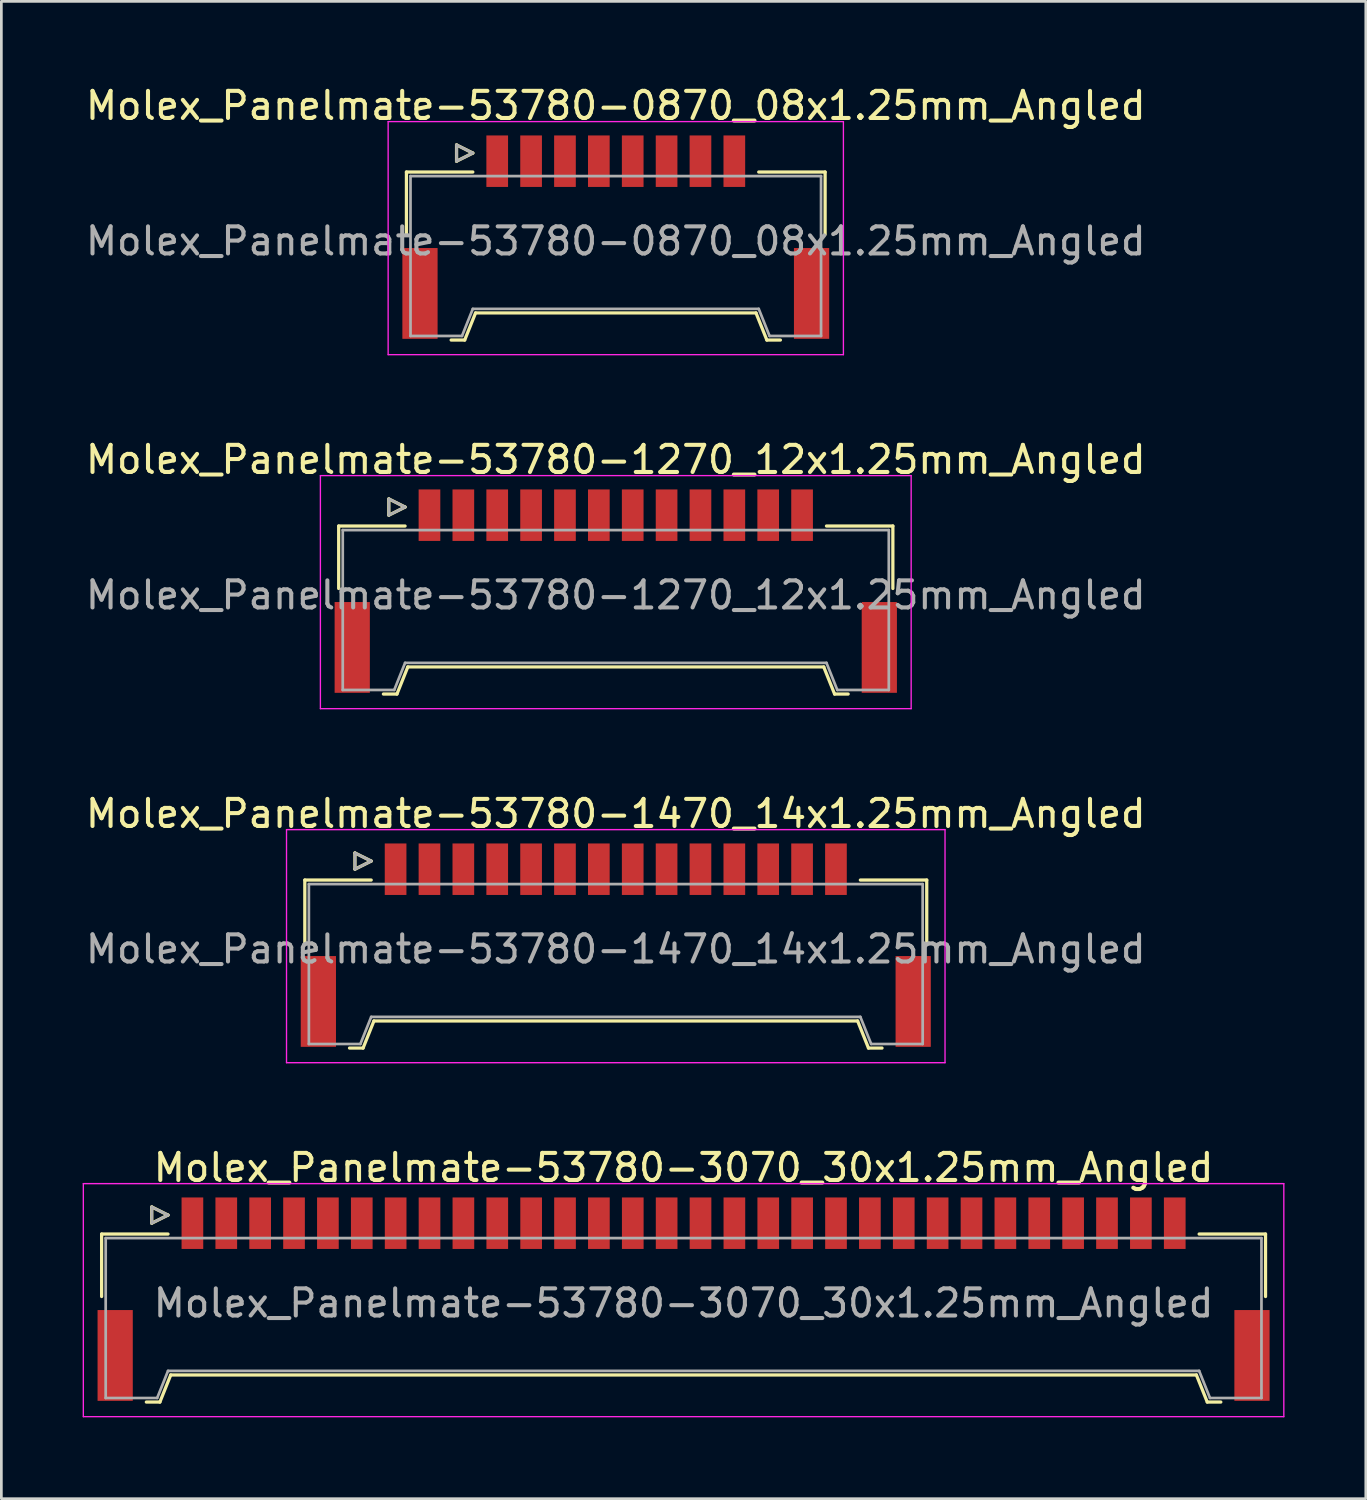
<source format=kicad_pcb>
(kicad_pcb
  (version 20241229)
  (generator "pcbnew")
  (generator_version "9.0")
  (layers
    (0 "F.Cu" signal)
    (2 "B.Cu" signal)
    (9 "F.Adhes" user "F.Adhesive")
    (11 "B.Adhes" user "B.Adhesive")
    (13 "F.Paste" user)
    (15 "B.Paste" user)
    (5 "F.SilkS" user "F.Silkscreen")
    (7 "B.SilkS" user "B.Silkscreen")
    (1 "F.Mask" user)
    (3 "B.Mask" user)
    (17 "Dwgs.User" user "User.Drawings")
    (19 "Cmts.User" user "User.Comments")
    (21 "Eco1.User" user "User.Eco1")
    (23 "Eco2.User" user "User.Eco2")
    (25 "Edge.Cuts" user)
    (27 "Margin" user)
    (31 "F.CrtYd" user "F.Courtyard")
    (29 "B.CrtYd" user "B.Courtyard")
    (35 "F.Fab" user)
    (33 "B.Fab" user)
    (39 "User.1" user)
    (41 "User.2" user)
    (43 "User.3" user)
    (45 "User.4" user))
  (footprint "Molex_Panelmate-53780-3070_30x1.25mm_Angled"
    (layer "F.Cu")
    (at 22.175 44.528)
    (property "Reference" "Molex_Panelmate-53780-3070_30x1.25mm_Angled" (at 0 -4.49 0) (layer "F.SilkS") (effects (font (size 1 1) (thickness 0.15))))
    (attr smd)
    (fp_line (start -21.475 -2.04) (end -21.475 0.265) (stroke (width 0.12) (type solid)) (layer "F.SilkS"))
    (fp_line (start -19.825 4.16) (end -19.325 4.16) (stroke (width 0.12) (type solid)) (layer "F.SilkS"))
    (fp_line (start -19.625 -3.04) (end -19.625 -2.44) (stroke (width 0.12) (type solid)) (layer "F.SilkS"))
    (fp_line (start -19.625 -2.44) (end -19.025 -2.74) (stroke (width 0.12) (type solid)) (layer "F.SilkS"))
    (fp_line (start -19.325 4.16) (end -18.925 3.16) (stroke (width 0.12) (type solid)) (layer "F.SilkS"))
    (fp_line (start -19.025 -2.74) (end -19.625 -3.04) (stroke (width 0.12) (type solid)) (layer "F.SilkS"))
    (fp_line (start -19.025 -2.04) (end -21.475 -2.04) (stroke (width 0.12) (type solid)) (layer "F.SilkS"))
    (fp_line (start -18.925 3.16) (end 18.925 3.16) (stroke (width 0.12) (type solid)) (layer "F.SilkS"))
    (fp_line (start 18.925 3.16) (end 19.325 4.16) (stroke (width 0.12) (type solid)) (layer "F.SilkS"))
    (fp_line (start 19.025 -2.04) (end 21.475 -2.04) (stroke (width 0.12) (type solid)) (layer "F.SilkS"))
    (fp_line (start 19.325 4.16) (end 19.825 4.16) (stroke (width 0.12) (type solid)) (layer "F.SilkS"))
    (fp_line (start 21.475 -2.04) (end 21.475 0.265) (stroke (width 0.12) (type solid)) (layer "F.SilkS"))
    (fp_line (start -22.15 -3.9) (end -22.15 4.7) (stroke (width 0.05) (type solid)) (layer "F.CrtYd"))
    (fp_line (start -22.15 4.7) (end 22.15 4.7) (stroke (width 0.05) (type solid)) (layer "F.CrtYd"))
    (fp_line (start 22.15 -3.9) (end -22.15 -3.9) (stroke (width 0.05) (type solid)) (layer "F.CrtYd"))
    (fp_line (start 22.15 4.7) (end 22.15 -3.9) (stroke (width 0.05) (type solid)) (layer "F.CrtYd"))
    (fp_line (start -21.325 -1.89) (end -21.325 4.01) (stroke (width 0.1) (type solid)) (layer "F.Fab"))
    (fp_line (start -21.325 4.01) (end -19.425 4.01) (stroke (width 0.1) (type solid)) (layer "F.Fab"))
    (fp_line (start -19.625 -3.04) (end -19.625 -2.44) (stroke (width 0.1) (type solid)) (layer "F.Fab"))
    (fp_line (start -19.625 -2.44) (end -19.025 -2.74) (stroke (width 0.1) (type solid)) (layer "F.Fab"))
    (fp_line (start -19.425 4.01) (end -19.025 3.01) (stroke (width 0.1) (type solid)) (layer "F.Fab"))
    (fp_line (start -19.025 -2.74) (end -19.625 -3.04) (stroke (width 0.1) (type solid)) (layer "F.Fab"))
    (fp_line (start -19.025 3.01) (end 19.025 3.01) (stroke (width 0.1) (type solid)) (layer "F.Fab"))
    (fp_line (start 19.025 3.01) (end 19.425 4.01) (stroke (width 0.1) (type solid)) (layer "F.Fab"))
    (fp_line (start 19.425 4.01) (end 21.325 4.01) (stroke (width 0.1) (type solid)) (layer "F.Fab"))
    (fp_line (start 21.325 -1.89) (end -21.325 -1.89) (stroke (width 0.1) (type solid)) (layer "F.Fab"))
    (fp_line (start 21.325 4.01) (end 21.325 -1.89) (stroke (width 0.1) (type solid)) (layer "F.Fab"))
    (fp_text user "${REFERENCE}" (at 0 0.51 0) (layer "F.Fab") (effects (font (size 1 1) (thickness 0.15))))
    (pad "" smd rect (at -20.975 2.44) (size 1.3 3.35) (layers "F.Cu" "F.Mask" "F.Paste"))
    (pad "" smd rect (at 20.975 2.44) (size 1.3 3.35) (layers "F.Cu" "F.Mask" "F.Paste"))
    (pad "1" smd rect (at -18.125 -2.44) (size 0.8 1.9) (layers "F.Cu" "F.Mask" "F.Paste"))
    (pad "2" smd rect (at -16.875 -2.44) (size 0.8 1.9) (layers "F.Cu" "F.Mask" "F.Paste"))
    (pad "3" smd rect (at -15.625 -2.44) (size 0.8 1.9) (layers "F.Cu" "F.Mask" "F.Paste"))
    (pad "4" smd rect (at -14.375 -2.44) (size 0.8 1.9) (layers "F.Cu" "F.Mask" "F.Paste"))
    (pad "5" smd rect (at -13.125 -2.44) (size 0.8 1.9) (layers "F.Cu" "F.Mask" "F.Paste"))
    (pad "6" smd rect (at -11.875 -2.44) (size 0.8 1.9) (layers "F.Cu" "F.Mask" "F.Paste"))
    (pad "7" smd rect (at -10.625 -2.44) (size 0.8 1.9) (layers "F.Cu" "F.Mask" "F.Paste"))
    (pad "8" smd rect (at -9.375 -2.44) (size 0.8 1.9) (layers "F.Cu" "F.Mask" "F.Paste"))
    (pad "9" smd rect (at -8.125 -2.44) (size 0.8 1.9) (layers "F.Cu" "F.Mask" "F.Paste"))
    (pad "10" smd rect (at -6.875 -2.44) (size 0.8 1.9) (layers "F.Cu" "F.Mask" "F.Paste"))
    (pad "11" smd rect (at -5.625 -2.44) (size 0.8 1.9) (layers "F.Cu" "F.Mask" "F.Paste"))
    (pad "12" smd rect (at -4.375 -2.44) (size 0.8 1.9) (layers "F.Cu" "F.Mask" "F.Paste"))
    (pad "13" smd rect (at -3.125 -2.44) (size 0.8 1.9) (layers "F.Cu" "F.Mask" "F.Paste"))
    (pad "14" smd rect (at -1.875 -2.44) (size 0.8 1.9) (layers "F.Cu" "F.Mask" "F.Paste"))
    (pad "15" smd rect (at -0.625 -2.44) (size 0.8 1.9) (layers "F.Cu" "F.Mask" "F.Paste"))
    (pad "16" smd rect (at 0.625 -2.44) (size 0.8 1.9) (layers "F.Cu" "F.Mask" "F.Paste"))
    (pad "17" smd rect (at 1.875 -2.44) (size 0.8 1.9) (layers "F.Cu" "F.Mask" "F.Paste"))
    (pad "18" smd rect (at 3.125 -2.44) (size 0.8 1.9) (layers "F.Cu" "F.Mask" "F.Paste"))
    (pad "19" smd rect (at 4.375 -2.44) (size 0.8 1.9) (layers "F.Cu" "F.Mask" "F.Paste"))
    (pad "20" smd rect (at 5.625 -2.44) (size 0.8 1.9) (layers "F.Cu" "F.Mask" "F.Paste"))
    (pad "21" smd rect (at 6.875 -2.44) (size 0.8 1.9) (layers "F.Cu" "F.Mask" "F.Paste"))
    (pad "22" smd rect (at 8.125 -2.44) (size 0.8 1.9) (layers "F.Cu" "F.Mask" "F.Paste"))
    (pad "23" smd rect (at 9.375 -2.44) (size 0.8 1.9) (layers "F.Cu" "F.Mask" "F.Paste"))
    (pad "24" smd rect (at 10.625 -2.44) (size 0.8 1.9) (layers "F.Cu" "F.Mask" "F.Paste"))
    (pad "25" smd rect (at 11.875 -2.44) (size 0.8 1.9) (layers "F.Cu" "F.Mask" "F.Paste"))
    (pad "26" smd rect (at 13.125 -2.44) (size 0.8 1.9) (layers "F.Cu" "F.Mask" "F.Paste"))
    (pad "27" smd rect (at 14.375 -2.44) (size 0.8 1.9) (layers "F.Cu" "F.Mask" "F.Paste"))
    (pad "28" smd rect (at 15.625 -2.44) (size 0.8 1.9) (layers "F.Cu" "F.Mask" "F.Paste"))
    (pad "29" smd rect (at 16.875 -2.44) (size 0.8 1.9) (layers "F.Cu" "F.Mask" "F.Paste"))
    (pad "30" smd rect (at 18.125 -2.44) (size 0.8 1.9) (layers "F.Cu" "F.Mask" "F.Paste")))
  (footprint "Molex_Panelmate-53780-1270_12x1.25mm_Angled"
    (layer "F.Cu")
    (at 19.673 18.401)
    (property "Reference" "Molex_Panelmate-53780-1270_12x1.25mm_Angled" (at 0 -4.49 0) (layer "F.SilkS") (effects (font (size 1 1) (thickness 0.15))))
    (attr smd)
    (fp_line (start -10.225 -2.04) (end -10.225 0.265) (stroke (width 0.12) (type solid)) (layer "F.SilkS"))
    (fp_line (start -8.575 4.16) (end -8.075 4.16) (stroke (width 0.12) (type solid)) (layer "F.SilkS"))
    (fp_line (start -8.375 -3.04) (end -8.375 -2.44) (stroke (width 0.12) (type solid)) (layer "F.SilkS"))
    (fp_line (start -8.375 -2.44) (end -7.775 -2.74) (stroke (width 0.12) (type solid)) (layer "F.SilkS"))
    (fp_line (start -8.075 4.16) (end -7.675 3.16) (stroke (width 0.12) (type solid)) (layer "F.SilkS"))
    (fp_line (start -7.775 -2.74) (end -8.375 -3.04) (stroke (width 0.12) (type solid)) (layer "F.SilkS"))
    (fp_line (start -7.775 -2.04) (end -10.225 -2.04) (stroke (width 0.12) (type solid)) (layer "F.SilkS"))
    (fp_line (start -7.675 3.16) (end 7.675 3.16) (stroke (width 0.12) (type solid)) (layer "F.SilkS"))
    (fp_line (start 7.675 3.16) (end 8.075 4.16) (stroke (width 0.12) (type solid)) (layer "F.SilkS"))
    (fp_line (start 7.775 -2.04) (end 10.225 -2.04) (stroke (width 0.12) (type solid)) (layer "F.SilkS"))
    (fp_line (start 8.075 4.16) (end 8.575 4.16) (stroke (width 0.12) (type solid)) (layer "F.SilkS"))
    (fp_line (start 10.225 -2.04) (end 10.225 0.265) (stroke (width 0.12) (type solid)) (layer "F.SilkS"))
    (fp_line (start -10.9 -3.9) (end -10.9 4.7) (stroke (width 0.05) (type solid)) (layer "F.CrtYd"))
    (fp_line (start -10.9 4.7) (end 10.9 4.7) (stroke (width 0.05) (type solid)) (layer "F.CrtYd"))
    (fp_line (start 10.9 -3.9) (end -10.9 -3.9) (stroke (width 0.05) (type solid)) (layer "F.CrtYd"))
    (fp_line (start 10.9 4.7) (end 10.9 -3.9) (stroke (width 0.05) (type solid)) (layer "F.CrtYd"))
    (fp_line (start -10.075 -1.89) (end -10.075 4.01) (stroke (width 0.1) (type solid)) (layer "F.Fab"))
    (fp_line (start -10.075 4.01) (end -8.175 4.01) (stroke (width 0.1) (type solid)) (layer "F.Fab"))
    (fp_line (start -8.375 -3.04) (end -8.375 -2.44) (stroke (width 0.1) (type solid)) (layer "F.Fab"))
    (fp_line (start -8.375 -2.44) (end -7.775 -2.74) (stroke (width 0.1) (type solid)) (layer "F.Fab"))
    (fp_line (start -8.175 4.01) (end -7.775 3.01) (stroke (width 0.1) (type solid)) (layer "F.Fab"))
    (fp_line (start -7.775 -2.74) (end -8.375 -3.04) (stroke (width 0.1) (type solid)) (layer "F.Fab"))
    (fp_line (start -7.775 3.01) (end 7.775 3.01) (stroke (width 0.1) (type solid)) (layer "F.Fab"))
    (fp_line (start 7.775 3.01) (end 8.175 4.01) (stroke (width 0.1) (type solid)) (layer "F.Fab"))
    (fp_line (start 8.175 4.01) (end 10.075 4.01) (stroke (width 0.1) (type solid)) (layer "F.Fab"))
    (fp_line (start 10.075 -1.89) (end -10.075 -1.89) (stroke (width 0.1) (type solid)) (layer "F.Fab"))
    (fp_line (start 10.075 4.01) (end 10.075 -1.89) (stroke (width 0.1) (type solid)) (layer "F.Fab"))
    (fp_text user "${REFERENCE}" (at 0 0.51 0) (layer "F.Fab") (effects (font (size 1 1) (thickness 0.15))))
    (pad "" smd rect (at -9.725 2.44) (size 1.3 3.35) (layers "F.Cu" "F.Mask" "F.Paste"))
    (pad "" smd rect (at 9.725 2.44) (size 1.3 3.35) (layers "F.Cu" "F.Mask" "F.Paste"))
    (pad "1" smd rect (at -6.875 -2.44) (size 0.8 1.9) (layers "F.Cu" "F.Mask" "F.Paste"))
    (pad "2" smd rect (at -5.625 -2.44) (size 0.8 1.9) (layers "F.Cu" "F.Mask" "F.Paste"))
    (pad "3" smd rect (at -4.375 -2.44) (size 0.8 1.9) (layers "F.Cu" "F.Mask" "F.Paste"))
    (pad "4" smd rect (at -3.125 -2.44) (size 0.8 1.9) (layers "F.Cu" "F.Mask" "F.Paste"))
    (pad "5" smd rect (at -1.875 -2.44) (size 0.8 1.9) (layers "F.Cu" "F.Mask" "F.Paste"))
    (pad "6" smd rect (at -0.625 -2.44) (size 0.8 1.9) (layers "F.Cu" "F.Mask" "F.Paste"))
    (pad "7" smd rect (at 0.625 -2.44) (size 0.8 1.9) (layers "F.Cu" "F.Mask" "F.Paste"))
    (pad "8" smd rect (at 1.875 -2.44) (size 0.8 1.9) (layers "F.Cu" "F.Mask" "F.Paste"))
    (pad "9" smd rect (at 3.125 -2.44) (size 0.8 1.9) (layers "F.Cu" "F.Mask" "F.Paste"))
    (pad "10" smd rect (at 4.375 -2.44) (size 0.8 1.9) (layers "F.Cu" "F.Mask" "F.Paste"))
    (pad "11" smd rect (at 5.625 -2.44) (size 0.8 1.9) (layers "F.Cu" "F.Mask" "F.Paste"))
    (pad "12" smd rect (at 6.875 -2.44) (size 0.8 1.9) (layers "F.Cu" "F.Mask" "F.Paste")))
  (footprint "Molex_Panelmate-53780-0870_08x1.25mm_Angled"
    (layer "F.Cu")
    (at 19.673 5.338)
    (property "Reference" "Molex_Panelmate-53780-0870_08x1.25mm_Angled" (at 0 -4.49 0) (layer "F.SilkS") (effects (font (size 1 1) (thickness 0.15))))
    (attr smd)
    (fp_line (start -7.725 -2.04) (end -7.725 0.265) (stroke (width 0.12) (type solid)) (layer "F.SilkS"))
    (fp_line (start -6.075 4.16) (end -5.575 4.16) (stroke (width 0.12) (type solid)) (layer "F.SilkS"))
    (fp_line (start -5.875 -3.04) (end -5.875 -2.44) (stroke (width 0.12) (type solid)) (layer "F.SilkS"))
    (fp_line (start -5.875 -2.44) (end -5.275 -2.74) (stroke (width 0.12) (type solid)) (layer "F.SilkS"))
    (fp_line (start -5.575 4.16) (end -5.175 3.16) (stroke (width 0.12) (type solid)) (layer "F.SilkS"))
    (fp_line (start -5.275 -2.74) (end -5.875 -3.04) (stroke (width 0.12) (type solid)) (layer "F.SilkS"))
    (fp_line (start -5.275 -2.04) (end -7.725 -2.04) (stroke (width 0.12) (type solid)) (layer "F.SilkS"))
    (fp_line (start -5.175 3.16) (end 5.175 3.16) (stroke (width 0.12) (type solid)) (layer "F.SilkS"))
    (fp_line (start 5.175 3.16) (end 5.575 4.16) (stroke (width 0.12) (type solid)) (layer "F.SilkS"))
    (fp_line (start 5.275 -2.04) (end 7.725 -2.04) (stroke (width 0.12) (type solid)) (layer "F.SilkS"))
    (fp_line (start 5.575 4.16) (end 6.075 4.16) (stroke (width 0.12) (type solid)) (layer "F.SilkS"))
    (fp_line (start 7.725 -2.04) (end 7.725 0.265) (stroke (width 0.12) (type solid)) (layer "F.SilkS"))
    (fp_line (start -8.4 -3.9) (end -8.4 4.7) (stroke (width 0.05) (type solid)) (layer "F.CrtYd"))
    (fp_line (start -8.4 4.7) (end 8.4 4.7) (stroke (width 0.05) (type solid)) (layer "F.CrtYd"))
    (fp_line (start 8.4 -3.9) (end -8.4 -3.9) (stroke (width 0.05) (type solid)) (layer "F.CrtYd"))
    (fp_line (start 8.4 4.7) (end 8.4 -3.9) (stroke (width 0.05) (type solid)) (layer "F.CrtYd"))
    (fp_line (start -7.575 -1.89) (end -7.575 4.01) (stroke (width 0.1) (type solid)) (layer "F.Fab"))
    (fp_line (start -7.575 4.01) (end -5.675 4.01) (stroke (width 0.1) (type solid)) (layer "F.Fab"))
    (fp_line (start -5.875 -3.04) (end -5.875 -2.44) (stroke (width 0.1) (type solid)) (layer "F.Fab"))
    (fp_line (start -5.875 -2.44) (end -5.275 -2.74) (stroke (width 0.1) (type solid)) (layer "F.Fab"))
    (fp_line (start -5.675 4.01) (end -5.275 3.01) (stroke (width 0.1) (type solid)) (layer "F.Fab"))
    (fp_line (start -5.275 -2.74) (end -5.875 -3.04) (stroke (width 0.1) (type solid)) (layer "F.Fab"))
    (fp_line (start -5.275 3.01) (end 5.275 3.01) (stroke (width 0.1) (type solid)) (layer "F.Fab"))
    (fp_line (start 5.275 3.01) (end 5.675 4.01) (stroke (width 0.1) (type solid)) (layer "F.Fab"))
    (fp_line (start 5.675 4.01) (end 7.575 4.01) (stroke (width 0.1) (type solid)) (layer "F.Fab"))
    (fp_line (start 7.575 -1.89) (end -7.575 -1.89) (stroke (width 0.1) (type solid)) (layer "F.Fab"))
    (fp_line (start 7.575 4.01) (end 7.575 -1.89) (stroke (width 0.1) (type solid)) (layer "F.Fab"))
    (fp_text user "${REFERENCE}" (at 0 0.51 0) (layer "F.Fab") (effects (font (size 1 1) (thickness 0.15))))
    (pad "" smd rect (at -7.225 2.44) (size 1.3 3.35) (layers "F.Cu" "F.Mask" "F.Paste"))
    (pad "" smd rect (at 7.225 2.44) (size 1.3 3.35) (layers "F.Cu" "F.Mask" "F.Paste"))
    (pad "1" smd rect (at -4.375 -2.44) (size 0.8 1.9) (layers "F.Cu" "F.Mask" "F.Paste"))
    (pad "2" smd rect (at -3.125 -2.44) (size 0.8 1.9) (layers "F.Cu" "F.Mask" "F.Paste"))
    (pad "3" smd rect (at -1.875 -2.44) (size 0.8 1.9) (layers "F.Cu" "F.Mask" "F.Paste"))
    (pad "4" smd rect (at -0.625 -2.44) (size 0.8 1.9) (layers "F.Cu" "F.Mask" "F.Paste"))
    (pad "5" smd rect (at 0.625 -2.44) (size 0.8 1.9) (layers "F.Cu" "F.Mask" "F.Paste"))
    (pad "6" smd rect (at 1.875 -2.44) (size 0.8 1.9) (layers "F.Cu" "F.Mask" "F.Paste"))
    (pad "7" smd rect (at 3.125 -2.44) (size 0.8 1.9) (layers "F.Cu" "F.Mask" "F.Paste"))
    (pad "8" smd rect (at 4.375 -2.44) (size 0.8 1.9) (layers "F.Cu" "F.Mask" "F.Paste")))
  (footprint "Molex_Panelmate-53780-1470_14x1.25mm_Angled"
    (layer "F.Cu")
    (at 19.673 31.465)
    (property "Reference" "Molex_Panelmate-53780-1470_14x1.25mm_Angled" (at 0 -4.49 0) (layer "F.SilkS") (effects (font (size 1 1) (thickness 0.15))))
    (attr smd)
    (fp_line (start -11.475 -2.04) (end -11.475 0.265) (stroke (width 0.12) (type solid)) (layer "F.SilkS"))
    (fp_line (start -9.825 4.16) (end -9.325 4.16) (stroke (width 0.12) (type solid)) (layer "F.SilkS"))
    (fp_line (start -9.625 -3.04) (end -9.625 -2.44) (stroke (width 0.12) (type solid)) (layer "F.SilkS"))
    (fp_line (start -9.625 -2.44) (end -9.025 -2.74) (stroke (width 0.12) (type solid)) (layer "F.SilkS"))
    (fp_line (start -9.325 4.16) (end -8.925 3.16) (stroke (width 0.12) (type solid)) (layer "F.SilkS"))
    (fp_line (start -9.025 -2.74) (end -9.625 -3.04) (stroke (width 0.12) (type solid)) (layer "F.SilkS"))
    (fp_line (start -9.025 -2.04) (end -11.475 -2.04) (stroke (width 0.12) (type solid)) (layer "F.SilkS"))
    (fp_line (start -8.925 3.16) (end 8.925 3.16) (stroke (width 0.12) (type solid)) (layer "F.SilkS"))
    (fp_line (start 8.925 3.16) (end 9.325 4.16) (stroke (width 0.12) (type solid)) (layer "F.SilkS"))
    (fp_line (start 9.025 -2.04) (end 11.475 -2.04) (stroke (width 0.12) (type solid)) (layer "F.SilkS"))
    (fp_line (start 9.325 4.16) (end 9.825 4.16) (stroke (width 0.12) (type solid)) (layer "F.SilkS"))
    (fp_line (start 11.475 -2.04) (end 11.475 0.265) (stroke (width 0.12) (type solid)) (layer "F.SilkS"))
    (fp_line (start -12.15 -3.9) (end -12.15 4.7) (stroke (width 0.05) (type solid)) (layer "F.CrtYd"))
    (fp_line (start -12.15 4.7) (end 12.15 4.7) (stroke (width 0.05) (type solid)) (layer "F.CrtYd"))
    (fp_line (start 12.15 -3.9) (end -12.15 -3.9) (stroke (width 0.05) (type solid)) (layer "F.CrtYd"))
    (fp_line (start 12.15 4.7) (end 12.15 -3.9) (stroke (width 0.05) (type solid)) (layer "F.CrtYd"))
    (fp_line (start -11.325 -1.89) (end -11.325 4.01) (stroke (width 0.1) (type solid)) (layer "F.Fab"))
    (fp_line (start -11.325 4.01) (end -9.425 4.01) (stroke (width 0.1) (type solid)) (layer "F.Fab"))
    (fp_line (start -9.625 -3.04) (end -9.625 -2.44) (stroke (width 0.1) (type solid)) (layer "F.Fab"))
    (fp_line (start -9.625 -2.44) (end -9.025 -2.74) (stroke (width 0.1) (type solid)) (layer "F.Fab"))
    (fp_line (start -9.425 4.01) (end -9.025 3.01) (stroke (width 0.1) (type solid)) (layer "F.Fab"))
    (fp_line (start -9.025 -2.74) (end -9.625 -3.04) (stroke (width 0.1) (type solid)) (layer "F.Fab"))
    (fp_line (start -9.025 3.01) (end 9.025 3.01) (stroke (width 0.1) (type solid)) (layer "F.Fab"))
    (fp_line (start 9.025 3.01) (end 9.425 4.01) (stroke (width 0.1) (type solid)) (layer "F.Fab"))
    (fp_line (start 9.425 4.01) (end 11.325 4.01) (stroke (width 0.1) (type solid)) (layer "F.Fab"))
    (fp_line (start 11.325 -1.89) (end -11.325 -1.89) (stroke (width 0.1) (type solid)) (layer "F.Fab"))
    (fp_line (start 11.325 4.01) (end 11.325 -1.89) (stroke (width 0.1) (type solid)) (layer "F.Fab"))
    (fp_text user "${REFERENCE}" (at 0 0.51 0) (layer "F.Fab") (effects (font (size 1 1) (thickness 0.15))))
    (pad "" smd rect (at -10.975 2.44) (size 1.3 3.35) (layers "F.Cu" "F.Mask" "F.Paste"))
    (pad "" smd rect (at 10.975 2.44) (size 1.3 3.35) (layers "F.Cu" "F.Mask" "F.Paste"))
    (pad "1" smd rect (at -8.125 -2.44) (size 0.8 1.9) (layers "F.Cu" "F.Mask" "F.Paste"))
    (pad "2" smd rect (at -6.875 -2.44) (size 0.8 1.9) (layers "F.Cu" "F.Mask" "F.Paste"))
    (pad "3" smd rect (at -5.625 -2.44) (size 0.8 1.9) (layers "F.Cu" "F.Mask" "F.Paste"))
    (pad "4" smd rect (at -4.375 -2.44) (size 0.8 1.9) (layers "F.Cu" "F.Mask" "F.Paste"))
    (pad "5" smd rect (at -3.125 -2.44) (size 0.8 1.9) (layers "F.Cu" "F.Mask" "F.Paste"))
    (pad "6" smd rect (at -1.875 -2.44) (size 0.8 1.9) (layers "F.Cu" "F.Mask" "F.Paste"))
    (pad "7" smd rect (at -0.625 -2.44) (size 0.8 1.9) (layers "F.Cu" "F.Mask" "F.Paste"))
    (pad "8" smd rect (at 0.625 -2.44) (size 0.8 1.9) (layers "F.Cu" "F.Mask" "F.Paste"))
    (pad "9" smd rect (at 1.875 -2.44) (size 0.8 1.9) (layers "F.Cu" "F.Mask" "F.Paste"))
    (pad "10" smd rect (at 3.125 -2.44) (size 0.8 1.9) (layers "F.Cu" "F.Mask" "F.Paste"))
    (pad "11" smd rect (at 4.375 -2.44) (size 0.8 1.9) (layers "F.Cu" "F.Mask" "F.Paste"))
    (pad "12" smd rect (at 5.625 -2.44) (size 0.8 1.9) (layers "F.Cu" "F.Mask" "F.Paste"))
    (pad "13" smd rect (at 6.875 -2.44) (size 0.8 1.9) (layers "F.Cu" "F.Mask" "F.Paste"))
    (pad "14" smd rect (at 8.125 -2.44) (size 0.8 1.9) (layers "F.Cu" "F.Mask" "F.Paste")))
  (gr_rect
    (start -3 -3)
    (end 47.35 52.253)
    (stroke (width 0.1) (type default))
    (fill no)
    (layer "Edge.Cuts")))
</source>
